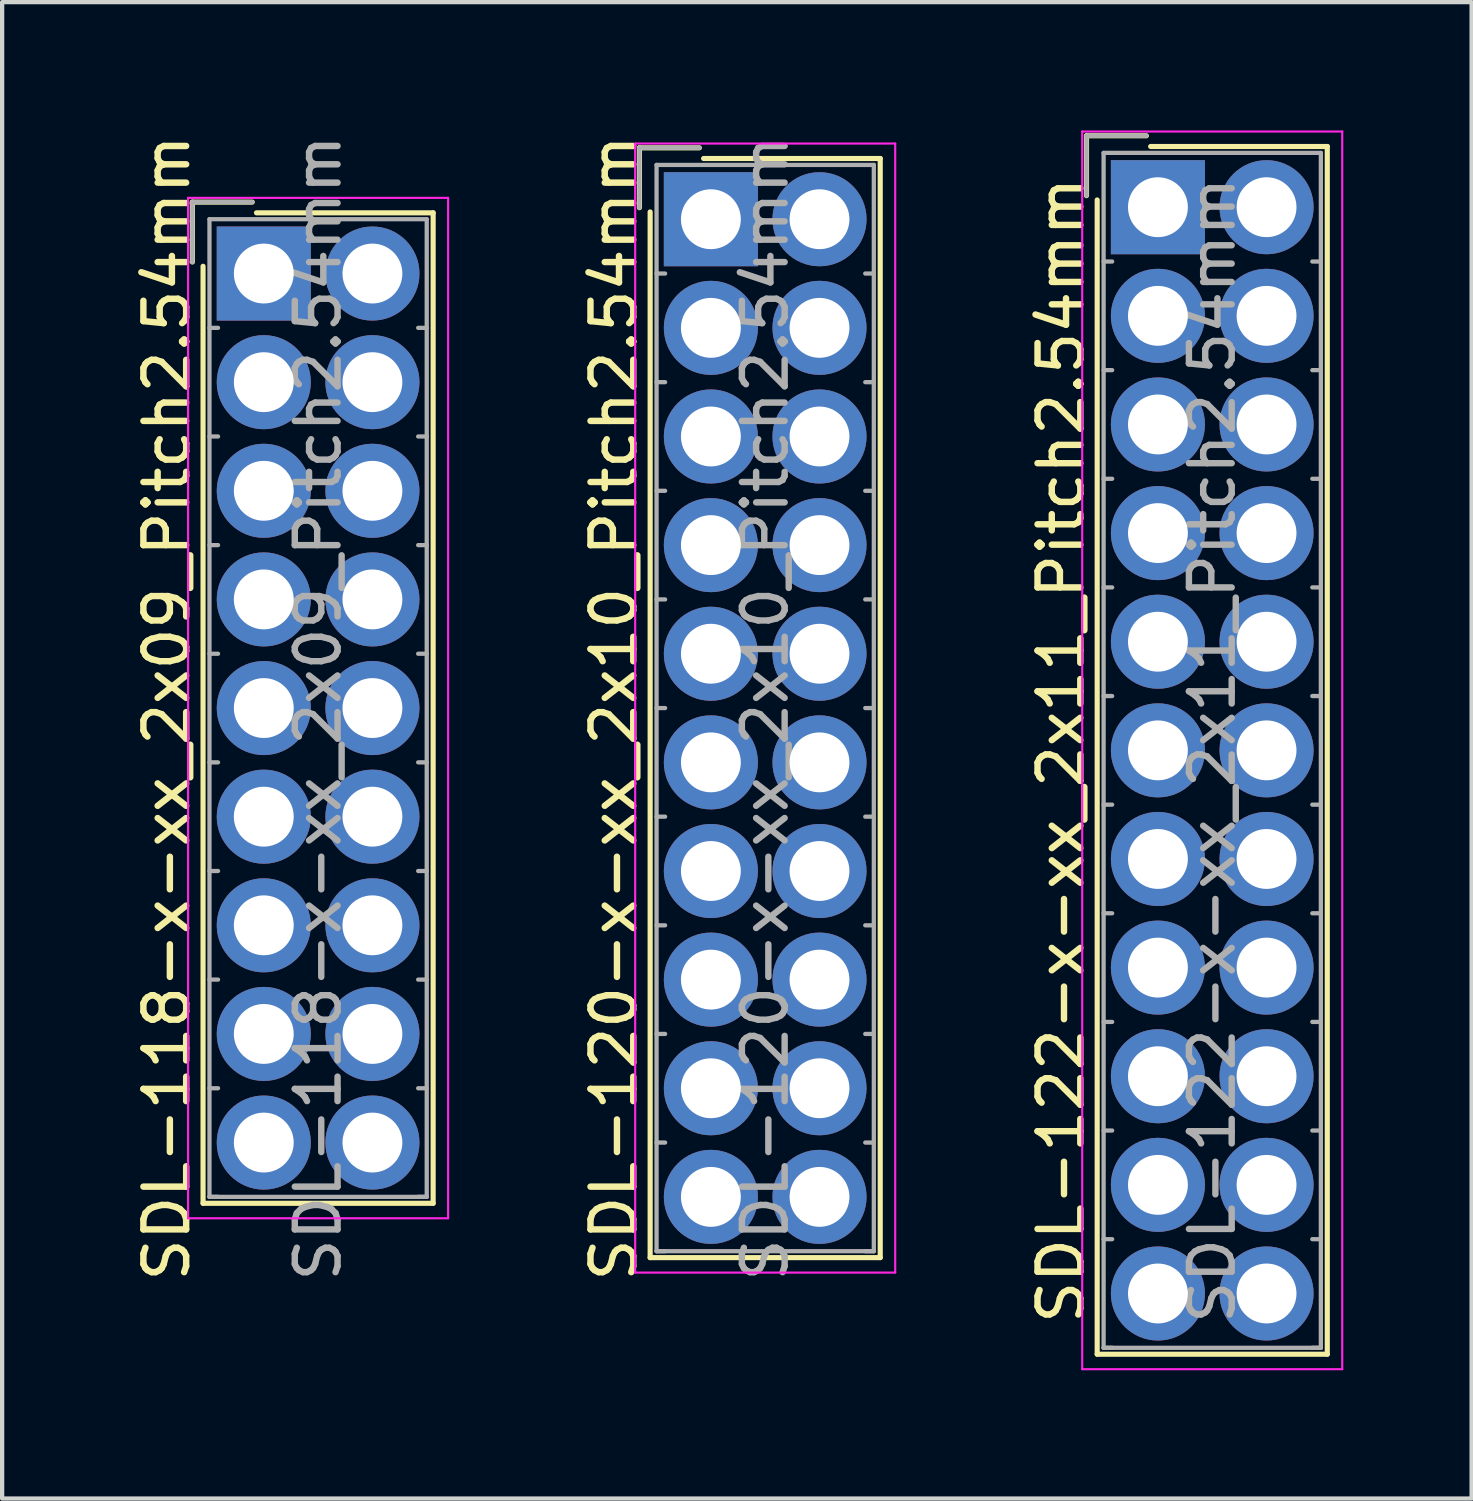
<source format=kicad_pcb>
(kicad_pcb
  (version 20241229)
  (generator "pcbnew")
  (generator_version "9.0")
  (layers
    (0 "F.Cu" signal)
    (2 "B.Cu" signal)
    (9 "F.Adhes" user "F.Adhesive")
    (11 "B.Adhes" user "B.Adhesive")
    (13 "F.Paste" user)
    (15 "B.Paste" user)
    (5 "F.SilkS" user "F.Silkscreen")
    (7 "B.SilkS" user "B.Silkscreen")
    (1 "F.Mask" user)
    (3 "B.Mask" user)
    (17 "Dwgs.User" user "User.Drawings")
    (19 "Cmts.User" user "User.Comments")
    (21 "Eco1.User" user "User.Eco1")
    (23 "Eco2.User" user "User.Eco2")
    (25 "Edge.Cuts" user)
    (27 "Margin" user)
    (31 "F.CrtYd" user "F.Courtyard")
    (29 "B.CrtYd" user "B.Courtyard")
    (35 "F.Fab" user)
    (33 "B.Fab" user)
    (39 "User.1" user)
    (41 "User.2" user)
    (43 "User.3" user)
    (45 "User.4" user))
  (footprint "SDL-122-x-xx_2x11_Pitch2.54mm"
    (layer "F.Cu")
    (at 24.025 1.795)
    (property "Reference" "SDL-122-x-xx_2x11_Pitch2.54mm" (at -2.27 12.7 90) (layer "F.SilkS") (effects (font (size 1 1) (thickness 0.15))))
    (attr through_hole)
    (fp_line (start -1.67 -1.67) (end -1.67 -0.27) (stroke (width 0.12) (type solid)) (layer "F.SilkS"))
    (fp_line (start -1.42 26.82) (end -1.42 -0.17) (stroke (width 0.12) (type solid)) (layer "F.SilkS"))
    (fp_line (start -0.27 -1.67) (end -1.67 -1.67) (stroke (width 0.12) (type solid)) (layer "F.SilkS"))
    (fp_line (start -0.17 -1.42) (end 3.96 -1.42) (stroke (width 0.12) (type solid)) (layer "F.SilkS"))
    (fp_line (start 3.96 -1.42) (end 3.96 26.82) (stroke (width 0.12) (type solid)) (layer "F.SilkS"))
    (fp_line (start 3.96 26.82) (end -1.42 26.82) (stroke (width 0.12) (type solid)) (layer "F.SilkS"))
    (fp_line (start -1.77 -1.77) (end -1.77 27.17) (stroke (width 0.05) (type solid)) (layer "F.CrtYd"))
    (fp_line (start -1.77 27.17) (end 4.31 27.17) (stroke (width 0.05) (type solid)) (layer "F.CrtYd"))
    (fp_line (start 4.31 -1.77) (end -1.77 -1.77) (stroke (width 0.05) (type solid)) (layer "F.CrtYd"))
    (fp_line (start 4.31 27.17) (end 4.31 -1.77) (stroke (width 0.05) (type solid)) (layer "F.CrtYd"))
    (fp_line (start -1.67 -1.67) (end -1.67 -0.27) (stroke (width 0.1) (type solid)) (layer "F.Fab"))
    (fp_line (start -1.27 -1.27) (end -1.27 26.67) (stroke (width 0.1) (type solid)) (layer "F.Fab"))
    (fp_line (start -1.27 1.27) (end -1.07 1.27) (stroke (width 0.1) (type solid)) (layer "F.Fab"))
    (fp_line (start -1.27 3.81) (end -1.07 3.81) (stroke (width 0.1) (type solid)) (layer "F.Fab"))
    (fp_line (start -1.27 6.35) (end -1.07 6.35) (stroke (width 0.1) (type solid)) (layer "F.Fab"))
    (fp_line (start -1.27 8.89) (end -1.07 8.89) (stroke (width 0.1) (type solid)) (layer "F.Fab"))
    (fp_line (start -1.27 11.43) (end -1.07 11.43) (stroke (width 0.1) (type solid)) (layer "F.Fab"))
    (fp_line (start -1.27 13.97) (end -1.07 13.97) (stroke (width 0.1) (type solid)) (layer "F.Fab"))
    (fp_line (start -1.27 16.51) (end -1.07 16.51) (stroke (width 0.1) (type solid)) (layer "F.Fab"))
    (fp_line (start -1.27 19.05) (end -1.07 19.05) (stroke (width 0.1) (type solid)) (layer "F.Fab"))
    (fp_line (start -1.27 21.59) (end -1.07 21.59) (stroke (width 0.1) (type solid)) (layer "F.Fab"))
    (fp_line (start -1.27 24.13) (end -1.07 24.13) (stroke (width 0.1) (type solid)) (layer "F.Fab"))
    (fp_line (start -1.27 26.67) (end -1.07 26.67) (stroke (width 0.1) (type solid)) (layer "F.Fab"))
    (fp_line (start -1.27 26.67) (end 3.81 26.67) (stroke (width 0.1) (type solid)) (layer "F.Fab"))
    (fp_line (start -0.27 -1.67) (end -1.67 -1.67) (stroke (width 0.1) (type solid)) (layer "F.Fab"))
    (fp_line (start 3.81 -1.27) (end -1.27 -1.27) (stroke (width 0.1) (type solid)) (layer "F.Fab"))
    (fp_line (start 3.81 1.27) (end 3.61 1.27) (stroke (width 0.1) (type solid)) (layer "F.Fab"))
    (fp_line (start 3.81 3.81) (end 3.61 3.81) (stroke (width 0.1) (type solid)) (layer "F.Fab"))
    (fp_line (start 3.81 6.35) (end 3.61 6.35) (stroke (width 0.1) (type solid)) (layer "F.Fab"))
    (fp_line (start 3.81 8.89) (end 3.61 8.89) (stroke (width 0.1) (type solid)) (layer "F.Fab"))
    (fp_line (start 3.81 11.43) (end 3.61 11.43) (stroke (width 0.1) (type solid)) (layer "F.Fab"))
    (fp_line (start 3.81 13.97) (end 3.61 13.97) (stroke (width 0.1) (type solid)) (layer "F.Fab"))
    (fp_line (start 3.81 16.51) (end 3.61 16.51) (stroke (width 0.1) (type solid)) (layer "F.Fab"))
    (fp_line (start 3.81 19.05) (end 3.61 19.05) (stroke (width 0.1) (type solid)) (layer "F.Fab"))
    (fp_line (start 3.81 21.59) (end 3.61 21.59) (stroke (width 0.1) (type solid)) (layer "F.Fab"))
    (fp_line (start 3.81 24.13) (end 3.61 24.13) (stroke (width 0.1) (type solid)) (layer "F.Fab"))
    (fp_line (start 3.81 26.67) (end 3.61 26.67) (stroke (width 0.1) (type solid)) (layer "F.Fab"))
    (fp_line (start 3.81 26.67) (end 3.81 -1.27) (stroke (width 0.1) (type solid)) (layer "F.Fab"))
    (fp_text user "${REFERENCE}" (at 1.27 12.7 90) (layer "F.Fab") (effects (font (size 1 1) (thickness 0.15))))
    (pad "1" thru_hole rect (at 0 0) (size 2.2 2.2) (drill 1.4) (layers "*.Cu" "*.Mask"))
    (pad "2" thru_hole circle (at 2.54 0) (size 2.2 2.2) (drill 1.4) (layers "*.Cu" "*.Mask"))
    (pad "3" thru_hole circle (at 0 2.54) (size 2.2 2.2) (drill 1.4) (layers "*.Cu" "*.Mask"))
    (pad "4" thru_hole circle (at 2.54 2.54) (size 2.2 2.2) (drill 1.4) (layers "*.Cu" "*.Mask"))
    (pad "5" thru_hole circle (at 0 5.08) (size 2.2 2.2) (drill 1.4) (layers "*.Cu" "*.Mask"))
    (pad "6" thru_hole circle (at 2.54 5.08) (size 2.2 2.2) (drill 1.4) (layers "*.Cu" "*.Mask"))
    (pad "7" thru_hole circle (at 0 7.62) (size 2.2 2.2) (drill 1.4) (layers "*.Cu" "*.Mask"))
    (pad "8" thru_hole circle (at 2.54 7.62) (size 2.2 2.2) (drill 1.4) (layers "*.Cu" "*.Mask"))
    (pad "9" thru_hole circle (at 0 10.16) (size 2.2 2.2) (drill 1.4) (layers "*.Cu" "*.Mask"))
    (pad "10" thru_hole circle (at 2.54 10.16) (size 2.2 2.2) (drill 1.4) (layers "*.Cu" "*.Mask"))
    (pad "11" thru_hole circle (at 0 12.7) (size 2.2 2.2) (drill 1.4) (layers "*.Cu" "*.Mask"))
    (pad "12" thru_hole circle (at 2.54 12.7) (size 2.2 2.2) (drill 1.4) (layers "*.Cu" "*.Mask"))
    (pad "13" thru_hole circle (at 0 15.24) (size 2.2 2.2) (drill 1.4) (layers "*.Cu" "*.Mask"))
    (pad "14" thru_hole circle (at 2.54 15.24) (size 2.2 2.2) (drill 1.4) (layers "*.Cu" "*.Mask"))
    (pad "15" thru_hole circle (at 0 17.78) (size 2.2 2.2) (drill 1.4) (layers "*.Cu" "*.Mask"))
    (pad "16" thru_hole circle (at 2.54 17.78) (size 2.2 2.2) (drill 1.4) (layers "*.Cu" "*.Mask"))
    (pad "17" thru_hole circle (at 0 20.32) (size 2.2 2.2) (drill 1.4) (layers "*.Cu" "*.Mask"))
    (pad "18" thru_hole circle (at 2.54 20.32) (size 2.2 2.2) (drill 1.4) (layers "*.Cu" "*.Mask"))
    (pad "19" thru_hole circle (at 0 22.86) (size 2.2 2.2) (drill 1.4) (layers "*.Cu" "*.Mask"))
    (pad "20" thru_hole circle (at 2.54 22.86) (size 2.2 2.2) (drill 1.4) (layers "*.Cu" "*.Mask"))
    (pad "21" thru_hole circle (at 0 25.4) (size 2.2 2.2) (drill 1.4) (layers "*.Cu" "*.Mask"))
    (pad "22" thru_hole circle (at 2.54 25.4) (size 2.2 2.2) (drill 1.4) (layers "*.Cu" "*.Mask")))
  (footprint "SDL-118-x-xx_2x09_Pitch2.54mm"
    (layer "F.Cu")
    (at 3.118 3.346)
    (property "Reference" "SDL-118-x-xx_2x09_Pitch2.54mm" (at -2.27 10.16 90) (layer "F.SilkS") (effects (font (size 1 1) (thickness 0.15))))
    (attr through_hole)
    (fp_line (start -1.67 -1.67) (end -1.67 -0.27) (stroke (width 0.12) (type solid)) (layer "F.SilkS"))
    (fp_line (start -1.42 21.74) (end -1.42 -0.17) (stroke (width 0.12) (type solid)) (layer "F.SilkS"))
    (fp_line (start -0.27 -1.67) (end -1.67 -1.67) (stroke (width 0.12) (type solid)) (layer "F.SilkS"))
    (fp_line (start -0.17 -1.42) (end 3.96 -1.42) (stroke (width 0.12) (type solid)) (layer "F.SilkS"))
    (fp_line (start 3.96 -1.42) (end 3.96 21.74) (stroke (width 0.12) (type solid)) (layer "F.SilkS"))
    (fp_line (start 3.96 21.74) (end -1.42 21.74) (stroke (width 0.12) (type solid)) (layer "F.SilkS"))
    (fp_line (start -1.77 -1.77) (end -1.77 22.09) (stroke (width 0.05) (type solid)) (layer "F.CrtYd"))
    (fp_line (start -1.77 22.09) (end 4.31 22.09) (stroke (width 0.05) (type solid)) (layer "F.CrtYd"))
    (fp_line (start 4.31 -1.77) (end -1.77 -1.77) (stroke (width 0.05) (type solid)) (layer "F.CrtYd"))
    (fp_line (start 4.31 22.09) (end 4.31 -1.77) (stroke (width 0.05) (type solid)) (layer "F.CrtYd"))
    (fp_line (start -1.67 -1.67) (end -1.67 -0.27) (stroke (width 0.1) (type solid)) (layer "F.Fab"))
    (fp_line (start -1.27 -1.27) (end -1.27 21.59) (stroke (width 0.1) (type solid)) (layer "F.Fab"))
    (fp_line (start -1.27 1.27) (end -1.07 1.27) (stroke (width 0.1) (type solid)) (layer "F.Fab"))
    (fp_line (start -1.27 3.81) (end -1.07 3.81) (stroke (width 0.1) (type solid)) (layer "F.Fab"))
    (fp_line (start -1.27 6.35) (end -1.07 6.35) (stroke (width 0.1) (type solid)) (layer "F.Fab"))
    (fp_line (start -1.27 8.89) (end -1.07 8.89) (stroke (width 0.1) (type solid)) (layer "F.Fab"))
    (fp_line (start -1.27 11.43) (end -1.07 11.43) (stroke (width 0.1) (type solid)) (layer "F.Fab"))
    (fp_line (start -1.27 13.97) (end -1.07 13.97) (stroke (width 0.1) (type solid)) (layer "F.Fab"))
    (fp_line (start -1.27 16.51) (end -1.07 16.51) (stroke (width 0.1) (type solid)) (layer "F.Fab"))
    (fp_line (start -1.27 19.05) (end -1.07 19.05) (stroke (width 0.1) (type solid)) (layer "F.Fab"))
    (fp_line (start -1.27 21.59) (end -1.07 21.59) (stroke (width 0.1) (type solid)) (layer "F.Fab"))
    (fp_line (start -1.27 21.59) (end 3.81 21.59) (stroke (width 0.1) (type solid)) (layer "F.Fab"))
    (fp_line (start -0.27 -1.67) (end -1.67 -1.67) (stroke (width 0.1) (type solid)) (layer "F.Fab"))
    (fp_line (start 3.81 -1.27) (end -1.27 -1.27) (stroke (width 0.1) (type solid)) (layer "F.Fab"))
    (fp_line (start 3.81 1.27) (end 3.61 1.27) (stroke (width 0.1) (type solid)) (layer "F.Fab"))
    (fp_line (start 3.81 3.81) (end 3.61 3.81) (stroke (width 0.1) (type solid)) (layer "F.Fab"))
    (fp_line (start 3.81 6.35) (end 3.61 6.35) (stroke (width 0.1) (type solid)) (layer "F.Fab"))
    (fp_line (start 3.81 8.89) (end 3.61 8.89) (stroke (width 0.1) (type solid)) (layer "F.Fab"))
    (fp_line (start 3.81 11.43) (end 3.61 11.43) (stroke (width 0.1) (type solid)) (layer "F.Fab"))
    (fp_line (start 3.81 13.97) (end 3.61 13.97) (stroke (width 0.1) (type solid)) (layer "F.Fab"))
    (fp_line (start 3.81 16.51) (end 3.61 16.51) (stroke (width 0.1) (type solid)) (layer "F.Fab"))
    (fp_line (start 3.81 19.05) (end 3.61 19.05) (stroke (width 0.1) (type solid)) (layer "F.Fab"))
    (fp_line (start 3.81 21.59) (end 3.61 21.59) (stroke (width 0.1) (type solid)) (layer "F.Fab"))
    (fp_line (start 3.81 21.59) (end 3.81 -1.27) (stroke (width 0.1) (type solid)) (layer "F.Fab"))
    (fp_text user "${REFERENCE}" (at 1.27 10.16 90) (layer "F.Fab") (effects (font (size 1 1) (thickness 0.15))))
    (pad "1" thru_hole rect (at 0 0) (size 2.2 2.2) (drill 1.4) (layers "*.Cu" "*.Mask"))
    (pad "2" thru_hole circle (at 2.54 0) (size 2.2 2.2) (drill 1.4) (layers "*.Cu" "*.Mask"))
    (pad "3" thru_hole circle (at 0 2.54) (size 2.2 2.2) (drill 1.4) (layers "*.Cu" "*.Mask"))
    (pad "4" thru_hole circle (at 2.54 2.54) (size 2.2 2.2) (drill 1.4) (layers "*.Cu" "*.Mask"))
    (pad "5" thru_hole circle (at 0 5.08) (size 2.2 2.2) (drill 1.4) (layers "*.Cu" "*.Mask"))
    (pad "6" thru_hole circle (at 2.54 5.08) (size 2.2 2.2) (drill 1.4) (layers "*.Cu" "*.Mask"))
    (pad "7" thru_hole circle (at 0 7.62) (size 2.2 2.2) (drill 1.4) (layers "*.Cu" "*.Mask"))
    (pad "8" thru_hole circle (at 2.54 7.62) (size 2.2 2.2) (drill 1.4) (layers "*.Cu" "*.Mask"))
    (pad "9" thru_hole circle (at 0 10.16) (size 2.2 2.2) (drill 1.4) (layers "*.Cu" "*.Mask"))
    (pad "10" thru_hole circle (at 2.54 10.16) (size 2.2 2.2) (drill 1.4) (layers "*.Cu" "*.Mask"))
    (pad "11" thru_hole circle (at 0 12.7) (size 2.2 2.2) (drill 1.4) (layers "*.Cu" "*.Mask"))
    (pad "12" thru_hole circle (at 2.54 12.7) (size 2.2 2.2) (drill 1.4) (layers "*.Cu" "*.Mask"))
    (pad "13" thru_hole circle (at 0 15.24) (size 2.2 2.2) (drill 1.4) (layers "*.Cu" "*.Mask"))
    (pad "14" thru_hole circle (at 2.54 15.24) (size 2.2 2.2) (drill 1.4) (layers "*.Cu" "*.Mask"))
    (pad "15" thru_hole circle (at 0 17.78) (size 2.2 2.2) (drill 1.4) (layers "*.Cu" "*.Mask"))
    (pad "16" thru_hole circle (at 2.54 17.78) (size 2.2 2.2) (drill 1.4) (layers "*.Cu" "*.Mask"))
    (pad "17" thru_hole circle (at 0 20.32) (size 2.2 2.2) (drill 1.4) (layers "*.Cu" "*.Mask"))
    (pad "18" thru_hole circle (at 2.54 20.32) (size 2.2 2.2) (drill 1.4) (layers "*.Cu" "*.Mask")))
  (footprint "SDL-120-x-xx_2x10_Pitch2.54mm"
    (layer "F.Cu")
    (at 13.572 2.076)
    (property "Reference" "SDL-120-x-xx_2x10_Pitch2.54mm" (at -2.27 11.43 90) (layer "F.SilkS") (effects (font (size 1 1) (thickness 0.15))))
    (attr through_hole)
    (fp_line (start -1.67 -1.67) (end -1.67 -0.27) (stroke (width 0.12) (type solid)) (layer "F.SilkS"))
    (fp_line (start -1.42 24.28) (end -1.42 -0.17) (stroke (width 0.12) (type solid)) (layer "F.SilkS"))
    (fp_line (start -0.27 -1.67) (end -1.67 -1.67) (stroke (width 0.12) (type solid)) (layer "F.SilkS"))
    (fp_line (start -0.17 -1.42) (end 3.96 -1.42) (stroke (width 0.12) (type solid)) (layer "F.SilkS"))
    (fp_line (start 3.96 -1.42) (end 3.96 24.28) (stroke (width 0.12) (type solid)) (layer "F.SilkS"))
    (fp_line (start 3.96 24.28) (end -1.42 24.28) (stroke (width 0.12) (type solid)) (layer "F.SilkS"))
    (fp_line (start -1.77 -1.77) (end -1.77 24.63) (stroke (width 0.05) (type solid)) (layer "F.CrtYd"))
    (fp_line (start -1.77 24.63) (end 4.31 24.63) (stroke (width 0.05) (type solid)) (layer "F.CrtYd"))
    (fp_line (start 4.31 -1.77) (end -1.77 -1.77) (stroke (width 0.05) (type solid)) (layer "F.CrtYd"))
    (fp_line (start 4.31 24.63) (end 4.31 -1.77) (stroke (width 0.05) (type solid)) (layer "F.CrtYd"))
    (fp_line (start -1.67 -1.67) (end -1.67 -0.27) (stroke (width 0.1) (type solid)) (layer "F.Fab"))
    (fp_line (start -1.27 -1.27) (end -1.27 24.13) (stroke (width 0.1) (type solid)) (layer "F.Fab"))
    (fp_line (start -1.27 1.27) (end -1.07 1.27) (stroke (width 0.1) (type solid)) (layer "F.Fab"))
    (fp_line (start -1.27 3.81) (end -1.07 3.81) (stroke (width 0.1) (type solid)) (layer "F.Fab"))
    (fp_line (start -1.27 6.35) (end -1.07 6.35) (stroke (width 0.1) (type solid)) (layer "F.Fab"))
    (fp_line (start -1.27 8.89) (end -1.07 8.89) (stroke (width 0.1) (type solid)) (layer "F.Fab"))
    (fp_line (start -1.27 11.43) (end -1.07 11.43) (stroke (width 0.1) (type solid)) (layer "F.Fab"))
    (fp_line (start -1.27 13.97) (end -1.07 13.97) (stroke (width 0.1) (type solid)) (layer "F.Fab"))
    (fp_line (start -1.27 16.51) (end -1.07 16.51) (stroke (width 0.1) (type solid)) (layer "F.Fab"))
    (fp_line (start -1.27 19.05) (end -1.07 19.05) (stroke (width 0.1) (type solid)) (layer "F.Fab"))
    (fp_line (start -1.27 21.59) (end -1.07 21.59) (stroke (width 0.1) (type solid)) (layer "F.Fab"))
    (fp_line (start -1.27 24.13) (end -1.07 24.13) (stroke (width 0.1) (type solid)) (layer "F.Fab"))
    (fp_line (start -1.27 24.13) (end 3.81 24.13) (stroke (width 0.1) (type solid)) (layer "F.Fab"))
    (fp_line (start -0.27 -1.67) (end -1.67 -1.67) (stroke (width 0.1) (type solid)) (layer "F.Fab"))
    (fp_line (start 3.81 -1.27) (end -1.27 -1.27) (stroke (width 0.1) (type solid)) (layer "F.Fab"))
    (fp_line (start 3.81 1.27) (end 3.61 1.27) (stroke (width 0.1) (type solid)) (layer "F.Fab"))
    (fp_line (start 3.81 3.81) (end 3.61 3.81) (stroke (width 0.1) (type solid)) (layer "F.Fab"))
    (fp_line (start 3.81 6.35) (end 3.61 6.35) (stroke (width 0.1) (type solid)) (layer "F.Fab"))
    (fp_line (start 3.81 8.89) (end 3.61 8.89) (stroke (width 0.1) (type solid)) (layer "F.Fab"))
    (fp_line (start 3.81 11.43) (end 3.61 11.43) (stroke (width 0.1) (type solid)) (layer "F.Fab"))
    (fp_line (start 3.81 13.97) (end 3.61 13.97) (stroke (width 0.1) (type solid)) (layer "F.Fab"))
    (fp_line (start 3.81 16.51) (end 3.61 16.51) (stroke (width 0.1) (type solid)) (layer "F.Fab"))
    (fp_line (start 3.81 19.05) (end 3.61 19.05) (stroke (width 0.1) (type solid)) (layer "F.Fab"))
    (fp_line (start 3.81 21.59) (end 3.61 21.59) (stroke (width 0.1) (type solid)) (layer "F.Fab"))
    (fp_line (start 3.81 24.13) (end 3.61 24.13) (stroke (width 0.1) (type solid)) (layer "F.Fab"))
    (fp_line (start 3.81 24.13) (end 3.81 -1.27) (stroke (width 0.1) (type solid)) (layer "F.Fab"))
    (fp_text user "${REFERENCE}" (at 1.27 11.43 90) (layer "F.Fab") (effects (font (size 1 1) (thickness 0.15))))
    (pad "1" thru_hole rect (at 0 0) (size 2.2 2.2) (drill 1.4) (layers "*.Cu" "*.Mask"))
    (pad "2" thru_hole circle (at 2.54 0) (size 2.2 2.2) (drill 1.4) (layers "*.Cu" "*.Mask"))
    (pad "3" thru_hole circle (at 0 2.54) (size 2.2 2.2) (drill 1.4) (layers "*.Cu" "*.Mask"))
    (pad "4" thru_hole circle (at 2.54 2.54) (size 2.2 2.2) (drill 1.4) (layers "*.Cu" "*.Mask"))
    (pad "5" thru_hole circle (at 0 5.08) (size 2.2 2.2) (drill 1.4) (layers "*.Cu" "*.Mask"))
    (pad "6" thru_hole circle (at 2.54 5.08) (size 2.2 2.2) (drill 1.4) (layers "*.Cu" "*.Mask"))
    (pad "7" thru_hole circle (at 0 7.62) (size 2.2 2.2) (drill 1.4) (layers "*.Cu" "*.Mask"))
    (pad "8" thru_hole circle (at 2.54 7.62) (size 2.2 2.2) (drill 1.4) (layers "*.Cu" "*.Mask"))
    (pad "9" thru_hole circle (at 0 10.16) (size 2.2 2.2) (drill 1.4) (layers "*.Cu" "*.Mask"))
    (pad "10" thru_hole circle (at 2.54 10.16) (size 2.2 2.2) (drill 1.4) (layers "*.Cu" "*.Mask"))
    (pad "11" thru_hole circle (at 0 12.7) (size 2.2 2.2) (drill 1.4) (layers "*.Cu" "*.Mask"))
    (pad "12" thru_hole circle (at 2.54 12.7) (size 2.2 2.2) (drill 1.4) (layers "*.Cu" "*.Mask"))
    (pad "13" thru_hole circle (at 0 15.24) (size 2.2 2.2) (drill 1.4) (layers "*.Cu" "*.Mask"))
    (pad "14" thru_hole circle (at 2.54 15.24) (size 2.2 2.2) (drill 1.4) (layers "*.Cu" "*.Mask"))
    (pad "15" thru_hole circle (at 0 17.78) (size 2.2 2.2) (drill 1.4) (layers "*.Cu" "*.Mask"))
    (pad "16" thru_hole circle (at 2.54 17.78) (size 2.2 2.2) (drill 1.4) (layers "*.Cu" "*.Mask"))
    (pad "17" thru_hole circle (at 0 20.32) (size 2.2 2.2) (drill 1.4) (layers "*.Cu" "*.Mask"))
    (pad "18" thru_hole circle (at 2.54 20.32) (size 2.2 2.2) (drill 1.4) (layers "*.Cu" "*.Mask"))
    (pad "19" thru_hole circle (at 0 22.86) (size 2.2 2.2) (drill 1.4) (layers "*.Cu" "*.Mask"))
    (pad "20" thru_hole circle (at 2.54 22.86) (size 2.2 2.2) (drill 1.4) (layers "*.Cu" "*.Mask")))
  (gr_rect
    (start -3 -3)
    (end 31.36 31.99)
    (stroke (width 0.1) (type default))
    (fill no)
    (layer "Edge.Cuts")))
</source>
